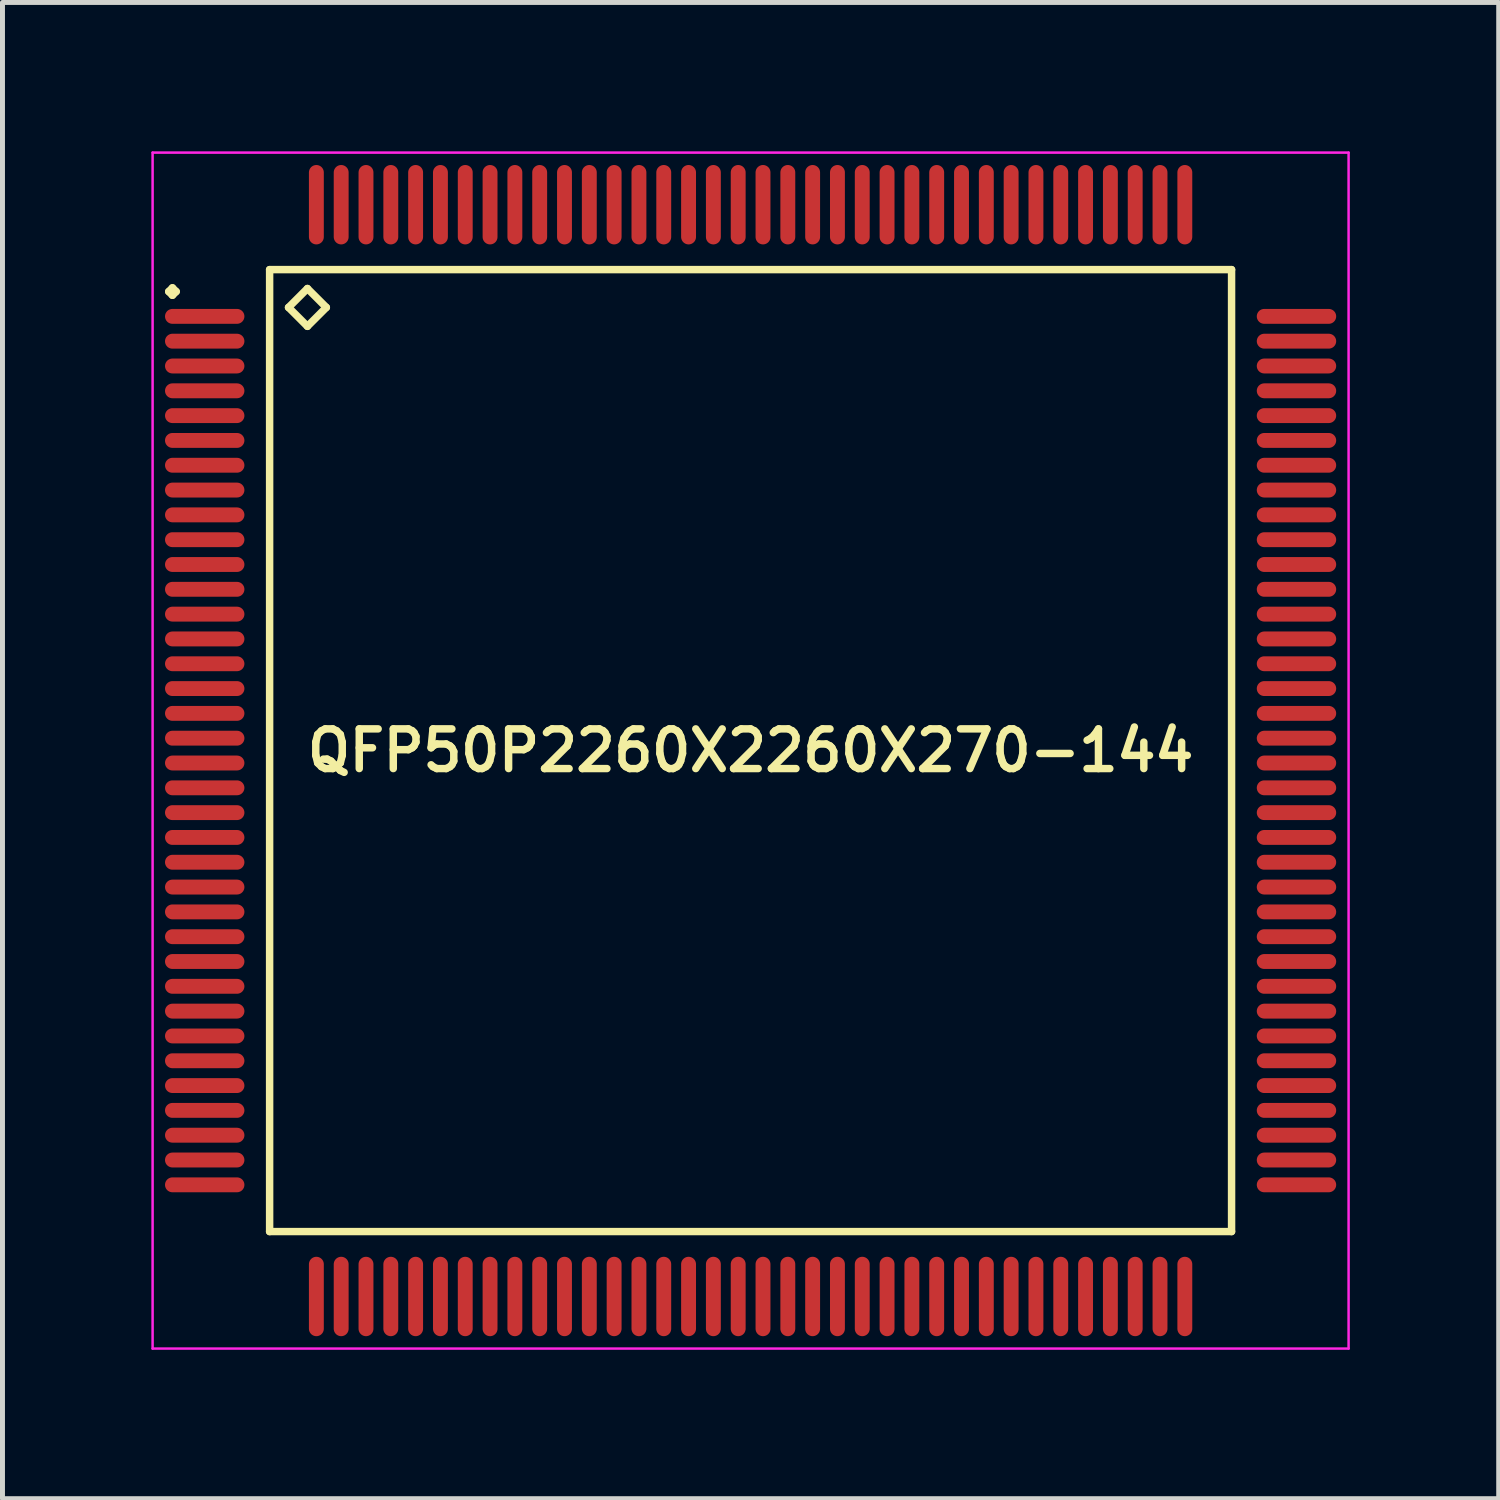
<source format=kicad_pcb>
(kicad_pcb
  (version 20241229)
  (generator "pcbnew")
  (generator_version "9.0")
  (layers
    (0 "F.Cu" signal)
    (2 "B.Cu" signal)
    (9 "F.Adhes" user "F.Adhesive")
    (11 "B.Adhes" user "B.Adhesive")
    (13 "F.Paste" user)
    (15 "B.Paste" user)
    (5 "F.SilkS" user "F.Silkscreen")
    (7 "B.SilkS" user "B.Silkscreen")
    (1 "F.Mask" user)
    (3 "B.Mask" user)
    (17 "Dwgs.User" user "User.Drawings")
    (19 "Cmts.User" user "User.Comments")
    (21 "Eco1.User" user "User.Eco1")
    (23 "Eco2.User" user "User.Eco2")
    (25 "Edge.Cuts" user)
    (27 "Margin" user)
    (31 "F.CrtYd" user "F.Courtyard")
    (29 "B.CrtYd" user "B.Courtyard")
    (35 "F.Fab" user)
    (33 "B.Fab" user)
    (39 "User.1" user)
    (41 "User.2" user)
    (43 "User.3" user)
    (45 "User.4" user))
  (footprint "QFP50P2260X2260X270-144"
    (layer "F.Cu")
    (at 12.075 12.075)
    (property "Reference" "QFP50P2260X2260X270-144" (at 0 0 0) (layer "F.SilkS") (effects (font (size 0.8 0.8) (thickness 0.15))))
    (attr smd)
    (fp_line (start -11.725 -9.25) (end -11.65 -9.325) (stroke (width 0.15) (type solid)) (layer "F.SilkS"))
    (fp_line (start -11.65 -9.325) (end -11.575 -9.25) (stroke (width 0.15) (type solid)) (layer "F.SilkS"))
    (fp_line (start -11.65 -9.175) (end -11.725 -9.25) (stroke (width 0.15) (type solid)) (layer "F.SilkS"))
    (fp_line (start -11.575 -9.25) (end -11.65 -9.175) (stroke (width 0.15) (type solid)) (layer "F.SilkS"))
    (fp_line (start -9.692 -9.692) (end -9.692 9.692) (stroke (width 0.15) (type solid)) (layer "F.SilkS"))
    (fp_line (start -9.692 9.692) (end 9.692 9.692) (stroke (width 0.15) (type solid)) (layer "F.SilkS"))
    (fp_line (start -9.311 -8.93) (end -8.93 -9.311) (stroke (width 0.15) (type solid)) (layer "F.SilkS"))
    (fp_line (start -8.93 -9.311) (end -8.549 -8.93) (stroke (width 0.15) (type solid)) (layer "F.SilkS"))
    (fp_line (start -8.93 -8.549) (end -9.311 -8.93) (stroke (width 0.15) (type solid)) (layer "F.SilkS"))
    (fp_line (start -8.549 -8.93) (end -8.93 -8.549) (stroke (width 0.15) (type solid)) (layer "F.SilkS"))
    (fp_line (start 9.692 -9.692) (end -9.692 -9.692) (stroke (width 0.15) (type solid)) (layer "F.SilkS"))
    (fp_line (start 9.692 9.692) (end 9.692 -9.692) (stroke (width 0.15) (type solid)) (layer "F.SilkS"))
    (fp_line (start -12.05 -12.05) (end 12.05 -12.05) (stroke (width 0.05) (type solid)) (layer "F.CrtYd"))
    (fp_line (start -12.05 12.05) (end -12.05 -12.05) (stroke (width 0.05) (type solid)) (layer "F.CrtYd"))
    (fp_line (start 12.05 -12.05) (end 12.05 12.05) (stroke (width 0.05) (type solid)) (layer "F.CrtYd"))
    (fp_line (start 12.05 12.05) (end -12.05 12.05) (stroke (width 0.05) (type solid)) (layer "F.CrtYd"))
    (pad "1" smd oval (at -11 -8.75) (size 1.6 0.3) (layers "F.Cu" "F.Mask" "F.Paste"))
    (pad "2" smd oval (at -11 -8.25) (size 1.6 0.3) (layers "F.Cu" "F.Mask" "F.Paste"))
    (pad "3" smd oval (at -11 -7.75) (size 1.6 0.3) (layers "F.Cu" "F.Mask" "F.Paste"))
    (pad "4" smd oval (at -11 -7.25) (size 1.6 0.3) (layers "F.Cu" "F.Mask" "F.Paste"))
    (pad "5" smd oval (at -11 -6.75) (size 1.6 0.3) (layers "F.Cu" "F.Mask" "F.Paste"))
    (pad "6" smd oval (at -11 -6.25) (size 1.6 0.3) (layers "F.Cu" "F.Mask" "F.Paste"))
    (pad "7" smd oval (at -11 -5.75) (size 1.6 0.3) (layers "F.Cu" "F.Mask" "F.Paste"))
    (pad "8" smd oval (at -11 -5.25) (size 1.6 0.3) (layers "F.Cu" "F.Mask" "F.Paste"))
    (pad "9" smd oval (at -11 -4.75) (size 1.6 0.3) (layers "F.Cu" "F.Mask" "F.Paste"))
    (pad "10" smd oval (at -11 -4.25) (size 1.6 0.3) (layers "F.Cu" "F.Mask" "F.Paste"))
    (pad "11" smd oval (at -11 -3.75) (size 1.6 0.3) (layers "F.Cu" "F.Mask" "F.Paste"))
    (pad "12" smd oval (at -11 -3.25) (size 1.6 0.3) (layers "F.Cu" "F.Mask" "F.Paste"))
    (pad "13" smd oval (at -11 -2.75) (size 1.6 0.3) (layers "F.Cu" "F.Mask" "F.Paste"))
    (pad "14" smd oval (at -11 -2.25) (size 1.6 0.3) (layers "F.Cu" "F.Mask" "F.Paste"))
    (pad "15" smd oval (at -11 -1.75) (size 1.6 0.3) (layers "F.Cu" "F.Mask" "F.Paste"))
    (pad "16" smd oval (at -11 -1.25) (size 1.6 0.3) (layers "F.Cu" "F.Mask" "F.Paste"))
    (pad "17" smd oval (at -11 -0.75) (size 1.6 0.3) (layers "F.Cu" "F.Mask" "F.Paste"))
    (pad "18" smd oval (at -11 -0.25) (size 1.6 0.3) (layers "F.Cu" "F.Mask" "F.Paste"))
    (pad "19" smd oval (at -11 0.25) (size 1.6 0.3) (layers "F.Cu" "F.Mask" "F.Paste"))
    (pad "20" smd oval (at -11 0.75) (size 1.6 0.3) (layers "F.Cu" "F.Mask" "F.Paste"))
    (pad "21" smd oval (at -11 1.25) (size 1.6 0.3) (layers "F.Cu" "F.Mask" "F.Paste"))
    (pad "22" smd oval (at -11 1.75) (size 1.6 0.3) (layers "F.Cu" "F.Mask" "F.Paste"))
    (pad "23" smd oval (at -11 2.25) (size 1.6 0.3) (layers "F.Cu" "F.Mask" "F.Paste"))
    (pad "24" smd oval (at -11 2.75) (size 1.6 0.3) (layers "F.Cu" "F.Mask" "F.Paste"))
    (pad "25" smd oval (at -11 3.25) (size 1.6 0.3) (layers "F.Cu" "F.Mask" "F.Paste"))
    (pad "26" smd oval (at -11 3.75) (size 1.6 0.3) (layers "F.Cu" "F.Mask" "F.Paste"))
    (pad "27" smd oval (at -11 4.25) (size 1.6 0.3) (layers "F.Cu" "F.Mask" "F.Paste"))
    (pad "28" smd oval (at -11 4.75) (size 1.6 0.3) (layers "F.Cu" "F.Mask" "F.Paste"))
    (pad "29" smd oval (at -11 5.25) (size 1.6 0.3) (layers "F.Cu" "F.Mask" "F.Paste"))
    (pad "30" smd oval (at -11 5.75) (size 1.6 0.3) (layers "F.Cu" "F.Mask" "F.Paste"))
    (pad "31" smd oval (at -11 6.25) (size 1.6 0.3) (layers "F.Cu" "F.Mask" "F.Paste"))
    (pad "32" smd oval (at -11 6.75) (size 1.6 0.3) (layers "F.Cu" "F.Mask" "F.Paste"))
    (pad "33" smd oval (at -11 7.25) (size 1.6 0.3) (layers "F.Cu" "F.Mask" "F.Paste"))
    (pad "34" smd oval (at -11 7.75) (size 1.6 0.3) (layers "F.Cu" "F.Mask" "F.Paste"))
    (pad "35" smd oval (at -11 8.25) (size 1.6 0.3) (layers "F.Cu" "F.Mask" "F.Paste"))
    (pad "36" smd oval (at -11 8.75) (size 1.6 0.3) (layers "F.Cu" "F.Mask" "F.Paste"))
    (pad "37" smd oval (at -8.75 11) (size 0.3 1.6) (layers "F.Cu" "F.Mask" "F.Paste"))
    (pad "38" smd oval (at -8.25 11) (size 0.3 1.6) (layers "F.Cu" "F.Mask" "F.Paste"))
    (pad "39" smd oval (at -7.75 11) (size 0.3 1.6) (layers "F.Cu" "F.Mask" "F.Paste"))
    (pad "40" smd oval (at -7.25 11) (size 0.3 1.6) (layers "F.Cu" "F.Mask" "F.Paste"))
    (pad "41" smd oval (at -6.75 11) (size 0.3 1.6) (layers "F.Cu" "F.Mask" "F.Paste"))
    (pad "42" smd oval (at -6.25 11) (size 0.3 1.6) (layers "F.Cu" "F.Mask" "F.Paste"))
    (pad "43" smd oval (at -5.75 11) (size 0.3 1.6) (layers "F.Cu" "F.Mask" "F.Paste"))
    (pad "44" smd oval (at -5.25 11) (size 0.3 1.6) (layers "F.Cu" "F.Mask" "F.Paste"))
    (pad "45" smd oval (at -4.75 11) (size 0.3 1.6) (layers "F.Cu" "F.Mask" "F.Paste"))
    (pad "46" smd oval (at -4.25 11) (size 0.3 1.6) (layers "F.Cu" "F.Mask" "F.Paste"))
    (pad "47" smd oval (at -3.75 11) (size 0.3 1.6) (layers "F.Cu" "F.Mask" "F.Paste"))
    (pad "48" smd oval (at -3.25 11) (size 0.3 1.6) (layers "F.Cu" "F.Mask" "F.Paste"))
    (pad "49" smd oval (at -2.75 11) (size 0.3 1.6) (layers "F.Cu" "F.Mask" "F.Paste"))
    (pad "50" smd oval (at -2.25 11) (size 0.3 1.6) (layers "F.Cu" "F.Mask" "F.Paste"))
    (pad "51" smd oval (at -1.75 11) (size 0.3 1.6) (layers "F.Cu" "F.Mask" "F.Paste"))
    (pad "52" smd oval (at -1.25 11) (size 0.3 1.6) (layers "F.Cu" "F.Mask" "F.Paste"))
    (pad "53" smd oval (at -0.75 11) (size 0.3 1.6) (layers "F.Cu" "F.Mask" "F.Paste"))
    (pad "54" smd oval (at -0.25 11) (size 0.3 1.6) (layers "F.Cu" "F.Mask" "F.Paste"))
    (pad "55" smd oval (at 0.25 11) (size 0.3 1.6) (layers "F.Cu" "F.Mask" "F.Paste"))
    (pad "56" smd oval (at 0.75 11) (size 0.3 1.6) (layers "F.Cu" "F.Mask" "F.Paste"))
    (pad "57" smd oval (at 1.25 11) (size 0.3 1.6) (layers "F.Cu" "F.Mask" "F.Paste"))
    (pad "58" smd oval (at 1.75 11) (size 0.3 1.6) (layers "F.Cu" "F.Mask" "F.Paste"))
    (pad "59" smd oval (at 2.25 11) (size 0.3 1.6) (layers "F.Cu" "F.Mask" "F.Paste"))
    (pad "60" smd oval (at 2.75 11) (size 0.3 1.6) (layers "F.Cu" "F.Mask" "F.Paste"))
    (pad "61" smd oval (at 3.25 11) (size 0.3 1.6) (layers "F.Cu" "F.Mask" "F.Paste"))
    (pad "62" smd oval (at 3.75 11) (size 0.3 1.6) (layers "F.Cu" "F.Mask" "F.Paste"))
    (pad "63" smd oval (at 4.25 11) (size 0.3 1.6) (layers "F.Cu" "F.Mask" "F.Paste"))
    (pad "64" smd oval (at 4.75 11) (size 0.3 1.6) (layers "F.Cu" "F.Mask" "F.Paste"))
    (pad "65" smd oval (at 5.25 11) (size 0.3 1.6) (layers "F.Cu" "F.Mask" "F.Paste"))
    (pad "66" smd oval (at 5.75 11) (size 0.3 1.6) (layers "F.Cu" "F.Mask" "F.Paste"))
    (pad "67" smd oval (at 6.25 11) (size 0.3 1.6) (layers "F.Cu" "F.Mask" "F.Paste"))
    (pad "68" smd oval (at 6.75 11) (size 0.3 1.6) (layers "F.Cu" "F.Mask" "F.Paste"))
    (pad "69" smd oval (at 7.25 11) (size 0.3 1.6) (layers "F.Cu" "F.Mask" "F.Paste"))
    (pad "70" smd oval (at 7.75 11) (size 0.3 1.6) (layers "F.Cu" "F.Mask" "F.Paste"))
    (pad "71" smd oval (at 8.25 11) (size 0.3 1.6) (layers "F.Cu" "F.Mask" "F.Paste"))
    (pad "72" smd oval (at 8.75 11) (size 0.3 1.6) (layers "F.Cu" "F.Mask" "F.Paste"))
    (pad "73" smd oval (at 11 8.75) (size 1.6 0.3) (layers "F.Cu" "F.Mask" "F.Paste"))
    (pad "74" smd oval (at 11 8.25) (size 1.6 0.3) (layers "F.Cu" "F.Mask" "F.Paste"))
    (pad "75" smd oval (at 11 7.75) (size 1.6 0.3) (layers "F.Cu" "F.Mask" "F.Paste"))
    (pad "76" smd oval (at 11 7.25) (size 1.6 0.3) (layers "F.Cu" "F.Mask" "F.Paste"))
    (pad "77" smd oval (at 11 6.75) (size 1.6 0.3) (layers "F.Cu" "F.Mask" "F.Paste"))
    (pad "78" smd oval (at 11 6.25) (size 1.6 0.3) (layers "F.Cu" "F.Mask" "F.Paste"))
    (pad "79" smd oval (at 11 5.75) (size 1.6 0.3) (layers "F.Cu" "F.Mask" "F.Paste"))
    (pad "80" smd oval (at 11 5.25) (size 1.6 0.3) (layers "F.Cu" "F.Mask" "F.Paste"))
    (pad "81" smd oval (at 11 4.75) (size 1.6 0.3) (layers "F.Cu" "F.Mask" "F.Paste"))
    (pad "82" smd oval (at 11 4.25) (size 1.6 0.3) (layers "F.Cu" "F.Mask" "F.Paste"))
    (pad "83" smd oval (at 11 3.75) (size 1.6 0.3) (layers "F.Cu" "F.Mask" "F.Paste"))
    (pad "84" smd oval (at 11 3.25) (size 1.6 0.3) (layers "F.Cu" "F.Mask" "F.Paste"))
    (pad "85" smd oval (at 11 2.75) (size 1.6 0.3) (layers "F.Cu" "F.Mask" "F.Paste"))
    (pad "86" smd oval (at 11 2.25) (size 1.6 0.3) (layers "F.Cu" "F.Mask" "F.Paste"))
    (pad "87" smd oval (at 11 1.75) (size 1.6 0.3) (layers "F.Cu" "F.Mask" "F.Paste"))
    (pad "88" smd oval (at 11 1.25) (size 1.6 0.3) (layers "F.Cu" "F.Mask" "F.Paste"))
    (pad "89" smd oval (at 11 0.75) (size 1.6 0.3) (layers "F.Cu" "F.Mask" "F.Paste"))
    (pad "90" smd oval (at 11 0.25) (size 1.6 0.3) (layers "F.Cu" "F.Mask" "F.Paste"))
    (pad "91" smd oval (at 11 -0.25) (size 1.6 0.3) (layers "F.Cu" "F.Mask" "F.Paste"))
    (pad "92" smd oval (at 11 -0.75) (size 1.6 0.3) (layers "F.Cu" "F.Mask" "F.Paste"))
    (pad "93" smd oval (at 11 -1.25) (size 1.6 0.3) (layers "F.Cu" "F.Mask" "F.Paste"))
    (pad "94" smd oval (at 11 -1.75) (size 1.6 0.3) (layers "F.Cu" "F.Mask" "F.Paste"))
    (pad "95" smd oval (at 11 -2.25) (size 1.6 0.3) (layers "F.Cu" "F.Mask" "F.Paste"))
    (pad "96" smd oval (at 11 -2.75) (size 1.6 0.3) (layers "F.Cu" "F.Mask" "F.Paste"))
    (pad "97" smd oval (at 11 -3.25) (size 1.6 0.3) (layers "F.Cu" "F.Mask" "F.Paste"))
    (pad "98" smd oval (at 11 -3.75) (size 1.6 0.3) (layers "F.Cu" "F.Mask" "F.Paste"))
    (pad "99" smd oval (at 11 -4.25) (size 1.6 0.3) (layers "F.Cu" "F.Mask" "F.Paste"))
    (pad "100" smd oval (at 11 -4.75) (size 1.6 0.3) (layers "F.Cu" "F.Mask" "F.Paste"))
    (pad "101" smd oval (at 11 -5.25) (size 1.6 0.3) (layers "F.Cu" "F.Mask" "F.Paste"))
    (pad "102" smd oval (at 11 -5.75) (size 1.6 0.3) (layers "F.Cu" "F.Mask" "F.Paste"))
    (pad "103" smd oval (at 11 -6.25) (size 1.6 0.3) (layers "F.Cu" "F.Mask" "F.Paste"))
    (pad "104" smd oval (at 11 -6.75) (size 1.6 0.3) (layers "F.Cu" "F.Mask" "F.Paste"))
    (pad "105" smd oval (at 11 -7.25) (size 1.6 0.3) (layers "F.Cu" "F.Mask" "F.Paste"))
    (pad "106" smd oval (at 11 -7.75) (size 1.6 0.3) (layers "F.Cu" "F.Mask" "F.Paste"))
    (pad "107" smd oval (at 11 -8.25) (size 1.6 0.3) (layers "F.Cu" "F.Mask" "F.Paste"))
    (pad "108" smd oval (at 11 -8.75) (size 1.6 0.3) (layers "F.Cu" "F.Mask" "F.Paste"))
    (pad "109" smd oval (at 8.75 -11) (size 0.3 1.6) (layers "F.Cu" "F.Mask" "F.Paste"))
    (pad "110" smd oval (at 8.25 -11) (size 0.3 1.6) (layers "F.Cu" "F.Mask" "F.Paste"))
    (pad "111" smd oval (at 7.75 -11) (size 0.3 1.6) (layers "F.Cu" "F.Mask" "F.Paste"))
    (pad "112" smd oval (at 7.25 -11) (size 0.3 1.6) (layers "F.Cu" "F.Mask" "F.Paste"))
    (pad "113" smd oval (at 6.75 -11) (size 0.3 1.6) (layers "F.Cu" "F.Mask" "F.Paste"))
    (pad "114" smd oval (at 6.25 -11) (size 0.3 1.6) (layers "F.Cu" "F.Mask" "F.Paste"))
    (pad "115" smd oval (at 5.75 -11) (size 0.3 1.6) (layers "F.Cu" "F.Mask" "F.Paste"))
    (pad "116" smd oval (at 5.25 -11) (size 0.3 1.6) (layers "F.Cu" "F.Mask" "F.Paste"))
    (pad "117" smd oval (at 4.75 -11) (size 0.3 1.6) (layers "F.Cu" "F.Mask" "F.Paste"))
    (pad "118" smd oval (at 4.25 -11) (size 0.3 1.6) (layers "F.Cu" "F.Mask" "F.Paste"))
    (pad "119" smd oval (at 3.75 -11) (size 0.3 1.6) (layers "F.Cu" "F.Mask" "F.Paste"))
    (pad "120" smd oval (at 3.25 -11) (size 0.3 1.6) (layers "F.Cu" "F.Mask" "F.Paste"))
    (pad "121" smd oval (at 2.75 -11) (size 0.3 1.6) (layers "F.Cu" "F.Mask" "F.Paste"))
    (pad "122" smd oval (at 2.25 -11) (size 0.3 1.6) (layers "F.Cu" "F.Mask" "F.Paste"))
    (pad "123" smd oval (at 1.75 -11) (size 0.3 1.6) (layers "F.Cu" "F.Mask" "F.Paste"))
    (pad "124" smd oval (at 1.25 -11) (size 0.3 1.6) (layers "F.Cu" "F.Mask" "F.Paste"))
    (pad "125" smd oval (at 0.75 -11) (size 0.3 1.6) (layers "F.Cu" "F.Mask" "F.Paste"))
    (pad "126" smd oval (at 0.25 -11) (size 0.3 1.6) (layers "F.Cu" "F.Mask" "F.Paste"))
    (pad "127" smd oval (at -0.25 -11) (size 0.3 1.6) (layers "F.Cu" "F.Mask" "F.Paste"))
    (pad "128" smd oval (at -0.75 -11) (size 0.3 1.6) (layers "F.Cu" "F.Mask" "F.Paste"))
    (pad "129" smd oval (at -1.25 -11) (size 0.3 1.6) (layers "F.Cu" "F.Mask" "F.Paste"))
    (pad "130" smd oval (at -1.75 -11) (size 0.3 1.6) (layers "F.Cu" "F.Mask" "F.Paste"))
    (pad "131" smd oval (at -2.25 -11) (size 0.3 1.6) (layers "F.Cu" "F.Mask" "F.Paste"))
    (pad "132" smd oval (at -2.75 -11) (size 0.3 1.6) (layers "F.Cu" "F.Mask" "F.Paste"))
    (pad "133" smd oval (at -3.25 -11) (size 0.3 1.6) (layers "F.Cu" "F.Mask" "F.Paste"))
    (pad "134" smd oval (at -3.75 -11) (size 0.3 1.6) (layers "F.Cu" "F.Mask" "F.Paste"))
    (pad "135" smd oval (at -4.25 -11) (size 0.3 1.6) (layers "F.Cu" "F.Mask" "F.Paste"))
    (pad "136" smd oval (at -4.75 -11) (size 0.3 1.6) (layers "F.Cu" "F.Mask" "F.Paste"))
    (pad "137" smd oval (at -5.25 -11) (size 0.3 1.6) (layers "F.Cu" "F.Mask" "F.Paste"))
    (pad "138" smd oval (at -5.75 -11) (size 0.3 1.6) (layers "F.Cu" "F.Mask" "F.Paste"))
    (pad "139" smd oval (at -6.25 -11) (size 0.3 1.6) (layers "F.Cu" "F.Mask" "F.Paste"))
    (pad "140" smd oval (at -6.75 -11) (size 0.3 1.6) (layers "F.Cu" "F.Mask" "F.Paste"))
    (pad "141" smd oval (at -7.25 -11) (size 0.3 1.6) (layers "F.Cu" "F.Mask" "F.Paste"))
    (pad "142" smd oval (at -7.75 -11) (size 0.3 1.6) (layers "F.Cu" "F.Mask" "F.Paste"))
    (pad "143" smd oval (at -8.25 -11) (size 0.3 1.6) (layers "F.Cu" "F.Mask" "F.Paste"))
    (pad "144" smd oval (at -8.75 -11) (size 0.3 1.6) (layers "F.Cu" "F.Mask" "F.Paste")))
  (gr_rect
    (start -3 -3)
    (end 27.15 27.15)
    (stroke (width 0.1) (type default))
    (fill no)
    (layer "Edge.Cuts")))
</source>
